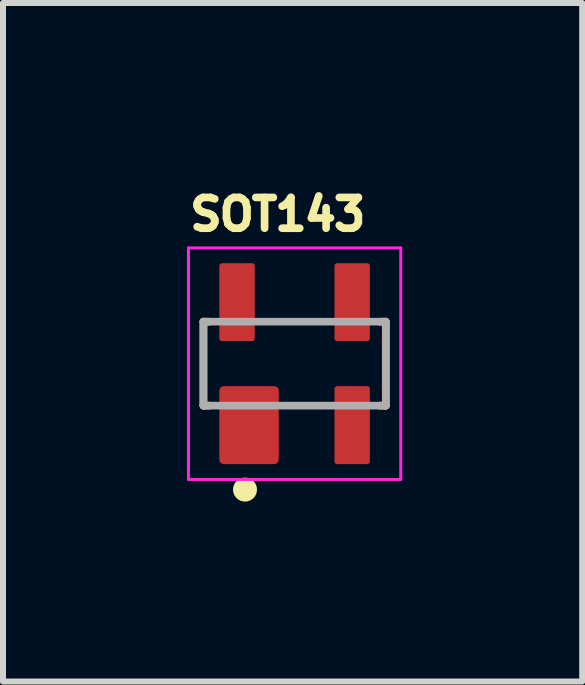
<source format=kicad_pcb>
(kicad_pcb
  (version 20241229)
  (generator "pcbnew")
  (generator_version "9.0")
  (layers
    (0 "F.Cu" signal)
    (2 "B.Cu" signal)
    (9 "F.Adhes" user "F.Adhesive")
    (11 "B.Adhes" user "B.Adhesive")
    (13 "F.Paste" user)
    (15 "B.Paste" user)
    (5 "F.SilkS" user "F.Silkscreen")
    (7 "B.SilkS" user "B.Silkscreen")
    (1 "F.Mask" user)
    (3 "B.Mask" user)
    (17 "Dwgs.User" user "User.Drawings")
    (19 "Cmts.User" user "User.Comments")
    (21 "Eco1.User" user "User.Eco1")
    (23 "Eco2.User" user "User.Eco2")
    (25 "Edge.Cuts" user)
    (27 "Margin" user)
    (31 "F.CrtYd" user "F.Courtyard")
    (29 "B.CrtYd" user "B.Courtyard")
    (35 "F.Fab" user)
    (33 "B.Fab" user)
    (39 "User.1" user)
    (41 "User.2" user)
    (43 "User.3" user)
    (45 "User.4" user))
  (footprint "SOT143"
    (layer "F.Cu")
    (at 1.862 3.013)
    (property "Reference" "SOT143" (at -0.281 -2.489 0) (layer "F.SilkS") (effects (font (size 0.513 0.513) (thickness 0.128))))
    (attr smd)
    (fp_line (start -1.52 -0.7) (end -1.52 0.7) (stroke (width 0.127) (type solid)) (layer "F.SilkS"))
    (fp_line (start -1.52 -0.7) (end -1.42 -0.7) (stroke (width 0.127) (type solid)) (layer "F.SilkS"))
    (fp_line (start -1.52 0.7) (end -1.42 0.7) (stroke (width 0.127) (type solid)) (layer "F.SilkS"))
    (fp_line (start 1.52 -0.7) (end 1.42 -0.7) (stroke (width 0.127) (type solid)) (layer "F.SilkS"))
    (fp_line (start 1.52 -0.7) (end 1.52 0.7) (stroke (width 0.127) (type solid)) (layer "F.SilkS"))
    (fp_line (start 1.52 0.7) (end 1.42 0.7) (stroke (width 0.127) (type solid)) (layer "F.SilkS"))
    (fp_circle (center -0.827 2.1) (end -0.727 2.1) (stroke (width 0.2) (type solid)) (fill no) (layer "F.SilkS"))
    (fp_line (start -1.77 -1.93) (end -1.77 1.93) (stroke (width 0.05) (type solid)) (layer "F.CrtYd"))
    (fp_line (start -1.77 1.93) (end 1.77 1.93) (stroke (width 0.05) (type solid)) (layer "F.CrtYd"))
    (fp_line (start 1.77 -1.93) (end -1.77 -1.93) (stroke (width 0.05) (type solid)) (layer "F.CrtYd"))
    (fp_line (start 1.77 1.93) (end 1.77 -1.93) (stroke (width 0.05) (type solid)) (layer "F.CrtYd"))
    (fp_line (start -1.52 -0.7) (end -1.52 0.7) (stroke (width 0.127) (type solid)) (layer "F.Fab"))
    (fp_line (start -1.52 0.7) (end 1.52 0.7) (stroke (width 0.127) (type solid)) (layer "F.Fab"))
    (fp_line (start 1.52 -0.7) (end -1.52 -0.7) (stroke (width 0.127) (type solid)) (layer "F.Fab"))
    (fp_line (start 1.52 0.7) (end 1.52 -0.7) (stroke (width 0.127) (type solid)) (layer "F.Fab"))
    (pad "1" smd roundrect (at -0.76 1.025) (size 0.99 1.3) (layers "F.Cu" "F.Mask" "F.Paste") (roundrect_rratio 0.075))
    (pad "2" smd roundrect (at 0.96 1.025) (size 0.59 1.3) (layers "F.Cu" "F.Mask" "F.Paste") (roundrect_rratio 0.075))
    (pad "3" smd roundrect (at 0.96 -1.025) (size 0.59 1.3) (layers "F.Cu" "F.Mask" "F.Paste") (roundrect_rratio 0.075))
    (pad "4" smd roundrect (at -0.96 -1.025) (size 0.59 1.3) (layers "F.Cu" "F.Mask" "F.Paste") (roundrect_rratio 0.075)))
  (gr_rect
    (start -3 -3)
    (end 6.657 8.313)
    (stroke (width 0.1) (type default))
    (fill no)
    (layer "Edge.Cuts")))
</source>
